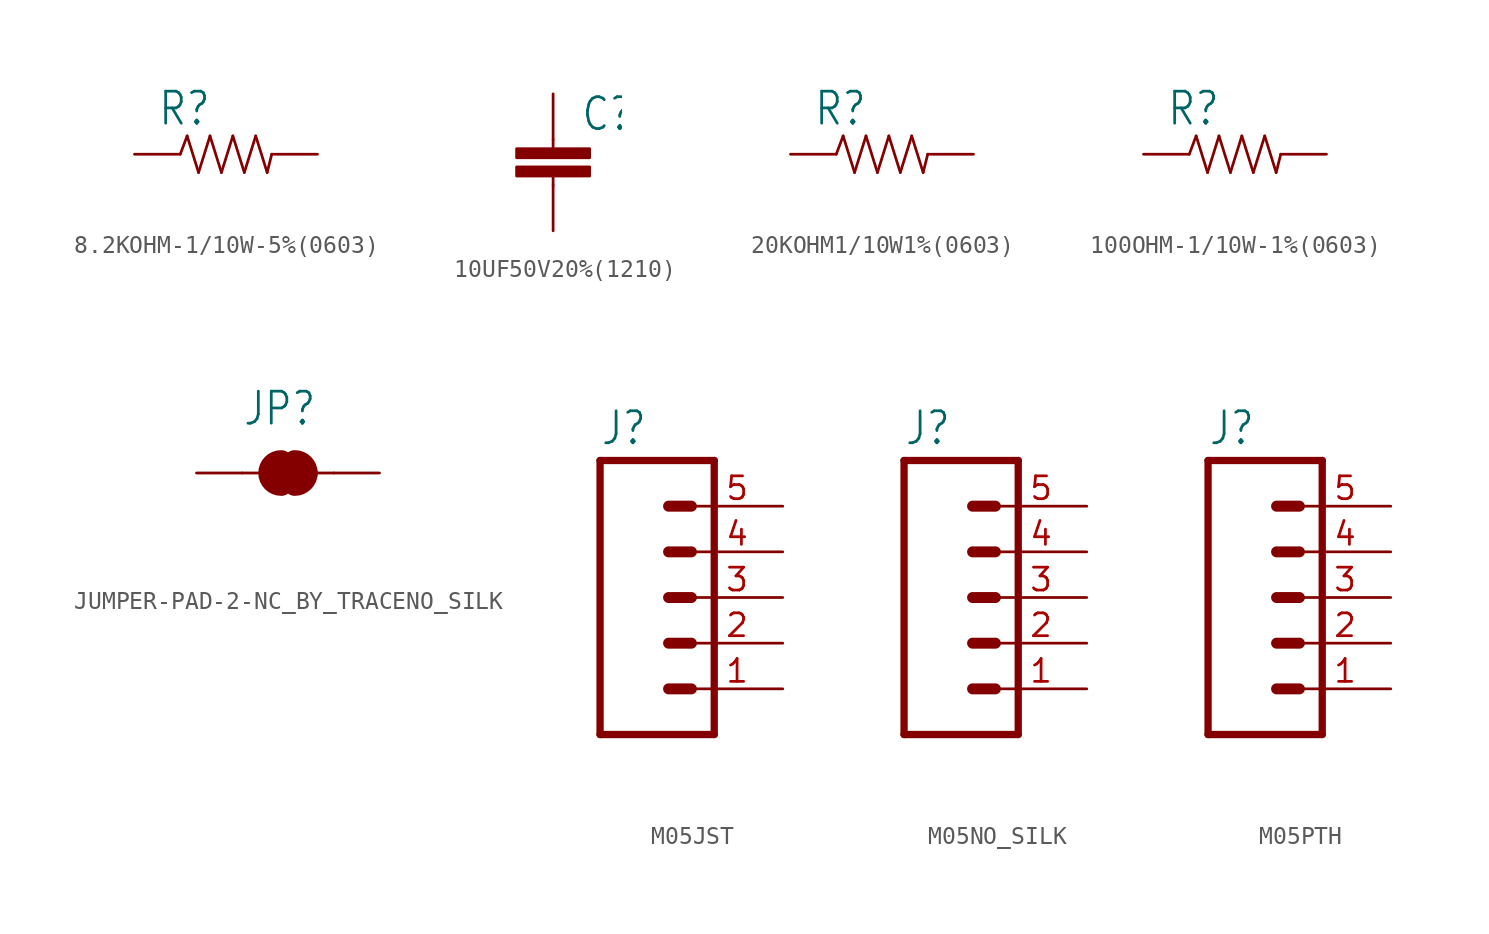
<source format=kicad_sym>
(kicad_symbol_lib
  (version 20220914)
  (generator kicad_symbol_editor)
  (symbol "8.2KOHM-1/10W-5%(0603)"
    (property "Reference" "R"
      (at -3.81 1.499 0)
      (effects (font (size 1.778 1.511)) (justify left bottom)))
    (property "Value" ""
      (at -3.81 -3.302 0)
      (effects (font (size 1.778 1.511)) (justify left bottom)))
    (property "ki_locked" ""
      (at 0 0 0)
      (effects (font (size 1.27 1.27))))
    (symbol "8.2KOHM-1/10W-5%(0603)_1_0"
      (polyline (pts (xy -2.54 0) (xy -2.159 1.016)) (stroke (width 0.152) (type solid)) (fill (type none)))
      (polyline (pts (xy -2.159 1.016) (xy -1.524 -1.016)) (stroke (width 0.152) (type solid)) (fill (type none)))
      (polyline (pts (xy -1.524 -1.016) (xy -0.889 1.016)) (stroke (width 0.152) (type solid)) (fill (type none)))
      (polyline (pts (xy -0.889 1.016) (xy -0.254 -1.016)) (stroke (width 0.152) (type solid)) (fill (type none)))
      (polyline (pts (xy -0.254 -1.016) (xy 0.381 1.016)) (stroke (width 0.152) (type solid)) (fill (type none)))
      (polyline (pts (xy 0.381 1.016) (xy 1.016 -1.016)) (stroke (width 0.152) (type solid)) (fill (type none)))
      (polyline (pts (xy 1.016 -1.016) (xy 1.651 1.016)) (stroke (width 0.152) (type solid)) (fill (type none)))
      (polyline (pts (xy 1.651 1.016) (xy 2.286 -1.016)) (stroke (width 0.152) (type solid)) (fill (type none)))
      (polyline (pts (xy 2.286 -1.016) (xy 2.54 0)) (stroke (width 0.152) (type solid)) (fill (type none)))
      (pin passive line (at -5.08 0 0) (length 2.54) (name "1" (effects (font (size 0 0)))) (number "1" (effects (font (size 0 0)))))
      (pin passive line (at 5.08 0 180) (length 2.54) (name "2" (effects (font (size 0 0)))) (number "2" (effects (font (size 0 0)))))))
  (symbol "10UF50V20%(1210)"
    (property "Reference" "C"
      (at 1.524 2.921 0)
      (effects (font (size 1.778 1.511)) (justify left bottom)))
    (property "Value" ""
      (at 1.524 -2.159 0)
      (effects (font (size 1.778 1.511)) (justify left bottom)))
    (property "ki_locked" ""
      (at 0 0 0)
      (effects (font (size 1.27 1.27))))
    (symbol "10UF50V20%(1210)_1_0"
      (rectangle (start -2.032 0.508) (end 2.032 1.016) (stroke (width 0) (type default)) (fill (type outline)))
      (rectangle (start -2.032 1.524) (end 2.032 2.032) (stroke (width 0) (type default)) (fill (type outline)))
      (polyline (pts (xy 0 0) (xy 0 0.508)) (stroke (width 0.152) (type solid)) (fill (type none)))
      (polyline (pts (xy 0 2.54) (xy 0 2.032)) (stroke (width 0.152) (type solid)) (fill (type none)))
      (pin passive line (at 0 5.08 270) (length 2.54) (name "1" (effects (font (size 0 0)))) (number "1" (effects (font (size 0 0)))))
      (pin passive line (at 0 -2.54 90) (length 2.54) (name "2" (effects (font (size 0 0)))) (number "2" (effects (font (size 0 0)))))))
  (symbol "20KOHM1/10W1%(0603)"
    (property "Reference" "R"
      (at -3.81 1.499 0)
      (effects (font (size 1.778 1.511)) (justify left bottom)))
    (property "Value" ""
      (at -3.81 -3.302 0)
      (effects (font (size 1.778 1.511)) (justify left bottom)))
    (property "ki_locked" ""
      (at 0 0 0)
      (effects (font (size 1.27 1.27))))
    (symbol "20KOHM1/10W1%(0603)_1_0"
      (polyline (pts (xy -2.54 0) (xy -2.159 1.016)) (stroke (width 0.152) (type solid)) (fill (type none)))
      (polyline (pts (xy -2.159 1.016) (xy -1.524 -1.016)) (stroke (width 0.152) (type solid)) (fill (type none)))
      (polyline (pts (xy -1.524 -1.016) (xy -0.889 1.016)) (stroke (width 0.152) (type solid)) (fill (type none)))
      (polyline (pts (xy -0.889 1.016) (xy -0.254 -1.016)) (stroke (width 0.152) (type solid)) (fill (type none)))
      (polyline (pts (xy -0.254 -1.016) (xy 0.381 1.016)) (stroke (width 0.152) (type solid)) (fill (type none)))
      (polyline (pts (xy 0.381 1.016) (xy 1.016 -1.016)) (stroke (width 0.152) (type solid)) (fill (type none)))
      (polyline (pts (xy 1.016 -1.016) (xy 1.651 1.016)) (stroke (width 0.152) (type solid)) (fill (type none)))
      (polyline (pts (xy 1.651 1.016) (xy 2.286 -1.016)) (stroke (width 0.152) (type solid)) (fill (type none)))
      (polyline (pts (xy 2.286 -1.016) (xy 2.54 0)) (stroke (width 0.152) (type solid)) (fill (type none)))
      (pin passive line (at -5.08 0 0) (length 2.54) (name "1" (effects (font (size 0 0)))) (number "1" (effects (font (size 0 0)))))
      (pin passive line (at 5.08 0 180) (length 2.54) (name "2" (effects (font (size 0 0)))) (number "2" (effects (font (size 0 0)))))))
  (symbol "100OHM-1/10W-1%(0603)"
    (property "Reference" "R"
      (at -3.81 1.499 0)
      (effects (font (size 1.778 1.511)) (justify left bottom)))
    (property "Value" ""
      (at -3.81 -3.302 0)
      (effects (font (size 1.778 1.511)) (justify left bottom)))
    (property "ki_locked" ""
      (at 0 0 0)
      (effects (font (size 1.27 1.27))))
    (symbol "100OHM-1/10W-1%(0603)_1_0"
      (polyline (pts (xy -2.54 0) (xy -2.159 1.016)) (stroke (width 0.152) (type solid)) (fill (type none)))
      (polyline (pts (xy -2.159 1.016) (xy -1.524 -1.016)) (stroke (width 0.152) (type solid)) (fill (type none)))
      (polyline (pts (xy -1.524 -1.016) (xy -0.889 1.016)) (stroke (width 0.152) (type solid)) (fill (type none)))
      (polyline (pts (xy -0.889 1.016) (xy -0.254 -1.016)) (stroke (width 0.152) (type solid)) (fill (type none)))
      (polyline (pts (xy -0.254 -1.016) (xy 0.381 1.016)) (stroke (width 0.152) (type solid)) (fill (type none)))
      (polyline (pts (xy 0.381 1.016) (xy 1.016 -1.016)) (stroke (width 0.152) (type solid)) (fill (type none)))
      (polyline (pts (xy 1.016 -1.016) (xy 1.651 1.016)) (stroke (width 0.152) (type solid)) (fill (type none)))
      (polyline (pts (xy 1.651 1.016) (xy 2.286 -1.016)) (stroke (width 0.152) (type solid)) (fill (type none)))
      (polyline (pts (xy 2.286 -1.016) (xy 2.54 0)) (stroke (width 0.152) (type solid)) (fill (type none)))
      (pin passive line (at -5.08 0 0) (length 2.54) (name "1" (effects (font (size 0 0)))) (number "1" (effects (font (size 0 0)))))
      (pin passive line (at 5.08 0 180) (length 2.54) (name "2" (effects (font (size 0 0)))) (number "2" (effects (font (size 0 0)))))))
  (symbol "JUMPER-PAD-2-NC_BY_TRACENO_SILK"
    (property "Reference" "JP"
      (at -2.54 2.54 0)
      (effects (font (size 1.778 1.511)) (justify left bottom)))
    (property "Value" ""
      (at -2.54 -5.08 0)
      (effects (font (size 1.778 1.511)) (justify left bottom)))
    (property "ki_locked" ""
      (at 0 0 0)
      (effects (font (size 1.27 1.27))))
    (symbol "JUMPER-PAD-2-NC_BY_TRACENO_SILK_1_0"
      (arc (start -0.3808 0.635) (mid -1.0159 0.0001) (end -0.381 -0.635) (stroke (width 1.27) (type solid)) (fill (type none)))
      (polyline (pts (xy -2.54 0) (xy -1.651 0)) (stroke (width 0.152) (type solid)) (fill (type none)))
      (polyline (pts (xy -0.762 0) (xy 1.016 0)) (stroke (width 0.254) (type solid)) (fill (type none)))
      (polyline (pts (xy 2.54 0) (xy 1.651 0)) (stroke (width 0.152) (type solid)) (fill (type none)))
      (arc (start 0.3809 -0.6351) (mid 0.83 -0.4491) (end 1.016 0) (stroke (width 1.27) (type solid)) (fill (type none)))
      (arc (start 1.0159 -0.0001) (mid 0.83 0.4489) (end 0.381 0.635) (stroke (width 1.27) (type solid)) (fill (type none)))
      (pin passive line (at -5.08 0 0) (length 2.54) (name "1" (effects (font (size 0 0)))) (number "1" (effects (font (size 0 0)))))
      (pin passive line (at 5.08 0 180) (length 2.54) (name "2" (effects (font (size 0 0)))) (number "2" (effects (font (size 0 0)))))))
  (symbol "M05JST"
    (property "Reference" "J"
      (at -2.54 8.382 0)
      (effects (font (size 1.778 1.511)) (justify left bottom)))
    (property "Value" ""
      (at -2.54 -10.16 0)
      (effects (font (size 1.778 1.511)) (justify left bottom)))
    (property "ki_locked" ""
      (at 0 0 0)
      (effects (font (size 1.27 1.27))))
    (symbol "M05JST_1_0"
      (polyline (pts (xy -2.54 7.62) (xy -2.54 -7.62)) (stroke (width 0.406) (type solid)) (fill (type none)))
      (polyline (pts (xy -2.54 7.62) (xy 3.81 7.62)) (stroke (width 0.406) (type solid)) (fill (type none)))
      (polyline (pts (xy 1.27 -5.08) (xy 2.54 -5.08)) (stroke (width 0.61) (type solid)) (fill (type none)))
      (polyline (pts (xy 1.27 -2.54) (xy 2.54 -2.54)) (stroke (width 0.61) (type solid)) (fill (type none)))
      (polyline (pts (xy 1.27 0) (xy 2.54 0)) (stroke (width 0.61) (type solid)) (fill (type none)))
      (polyline (pts (xy 1.27 2.54) (xy 2.54 2.54)) (stroke (width 0.61) (type solid)) (fill (type none)))
      (polyline (pts (xy 1.27 5.08) (xy 2.54 5.08)) (stroke (width 0.61) (type solid)) (fill (type none)))
      (polyline (pts (xy 3.81 -7.62) (xy -2.54 -7.62)) (stroke (width 0.406) (type solid)) (fill (type none)))
      (polyline (pts (xy 3.81 -7.62) (xy 3.81 7.62)) (stroke (width 0.406) (type solid)) (fill (type none)))
      (pin passive line (at 7.62 -5.08 180) (length 5.08) (name "1" (effects (font (size 0 0)))) (number "1" (effects (font (size 1.27 1.27)))))
      (pin passive line (at 7.62 -2.54 180) (length 5.08) (name "2" (effects (font (size 0 0)))) (number "2" (effects (font (size 1.27 1.27)))))
      (pin passive line (at 7.62 0 180) (length 5.08) (name "3" (effects (font (size 0 0)))) (number "3" (effects (font (size 1.27 1.27)))))
      (pin passive line (at 7.62 2.54 180) (length 5.08) (name "4" (effects (font (size 0 0)))) (number "4" (effects (font (size 1.27 1.27)))))
      (pin passive line (at 7.62 5.08 180) (length 5.08) (name "5" (effects (font (size 0 0)))) (number "5" (effects (font (size 1.27 1.27)))))))
  (symbol "M05NO_SILK"
    (property "Reference" "J"
      (at -2.54 8.382 0)
      (effects (font (size 1.778 1.511)) (justify left bottom)))
    (property "Value" ""
      (at -2.54 -10.16 0)
      (effects (font (size 1.778 1.511)) (justify left bottom)))
    (property "ki_locked" ""
      (at 0 0 0)
      (effects (font (size 1.27 1.27))))
    (symbol "M05NO_SILK_1_0"
      (polyline (pts (xy -2.54 7.62) (xy -2.54 -7.62)) (stroke (width 0.406) (type solid)) (fill (type none)))
      (polyline (pts (xy -2.54 7.62) (xy 3.81 7.62)) (stroke (width 0.406) (type solid)) (fill (type none)))
      (polyline (pts (xy 1.27 -5.08) (xy 2.54 -5.08)) (stroke (width 0.61) (type solid)) (fill (type none)))
      (polyline (pts (xy 1.27 -2.54) (xy 2.54 -2.54)) (stroke (width 0.61) (type solid)) (fill (type none)))
      (polyline (pts (xy 1.27 0) (xy 2.54 0)) (stroke (width 0.61) (type solid)) (fill (type none)))
      (polyline (pts (xy 1.27 2.54) (xy 2.54 2.54)) (stroke (width 0.61) (type solid)) (fill (type none)))
      (polyline (pts (xy 1.27 5.08) (xy 2.54 5.08)) (stroke (width 0.61) (type solid)) (fill (type none)))
      (polyline (pts (xy 3.81 -7.62) (xy -2.54 -7.62)) (stroke (width 0.406) (type solid)) (fill (type none)))
      (polyline (pts (xy 3.81 -7.62) (xy 3.81 7.62)) (stroke (width 0.406) (type solid)) (fill (type none)))
      (pin passive line (at 7.62 -5.08 180) (length 5.08) (name "1" (effects (font (size 0 0)))) (number "1" (effects (font (size 1.27 1.27)))))
      (pin passive line (at 7.62 -2.54 180) (length 5.08) (name "2" (effects (font (size 0 0)))) (number "2" (effects (font (size 1.27 1.27)))))
      (pin passive line (at 7.62 0 180) (length 5.08) (name "3" (effects (font (size 0 0)))) (number "3" (effects (font (size 1.27 1.27)))))
      (pin passive line (at 7.62 2.54 180) (length 5.08) (name "4" (effects (font (size 0 0)))) (number "4" (effects (font (size 1.27 1.27)))))
      (pin passive line (at 7.62 5.08 180) (length 5.08) (name "5" (effects (font (size 0 0)))) (number "5" (effects (font (size 1.27 1.27)))))))
  (symbol "M05PTH"
    (property "Reference" "J"
      (at -2.54 8.382 0)
      (effects (font (size 1.778 1.511)) (justify left bottom)))
    (property "Value" ""
      (at -2.54 -10.16 0)
      (effects (font (size 1.778 1.511)) (justify left bottom)))
    (property "ki_locked" ""
      (at 0 0 0)
      (effects (font (size 1.27 1.27))))
    (symbol "M05PTH_1_0"
      (polyline (pts (xy -2.54 7.62) (xy -2.54 -7.62)) (stroke (width 0.406) (type solid)) (fill (type none)))
      (polyline (pts (xy -2.54 7.62) (xy 3.81 7.62)) (stroke (width 0.406) (type solid)) (fill (type none)))
      (polyline (pts (xy 1.27 -5.08) (xy 2.54 -5.08)) (stroke (width 0.61) (type solid)) (fill (type none)))
      (polyline (pts (xy 1.27 -2.54) (xy 2.54 -2.54)) (stroke (width 0.61) (type solid)) (fill (type none)))
      (polyline (pts (xy 1.27 0) (xy 2.54 0)) (stroke (width 0.61) (type solid)) (fill (type none)))
      (polyline (pts (xy 1.27 2.54) (xy 2.54 2.54)) (stroke (width 0.61) (type solid)) (fill (type none)))
      (polyline (pts (xy 1.27 5.08) (xy 2.54 5.08)) (stroke (width 0.61) (type solid)) (fill (type none)))
      (polyline (pts (xy 3.81 -7.62) (xy -2.54 -7.62)) (stroke (width 0.406) (type solid)) (fill (type none)))
      (polyline (pts (xy 3.81 -7.62) (xy 3.81 7.62)) (stroke (width 0.406) (type solid)) (fill (type none)))
      (pin passive line (at 7.62 -5.08 180) (length 5.08) (name "1" (effects (font (size 0 0)))) (number "1" (effects (font (size 1.27 1.27)))))
      (pin passive line (at 7.62 -2.54 180) (length 5.08) (name "2" (effects (font (size 0 0)))) (number "2" (effects (font (size 1.27 1.27)))))
      (pin passive line (at 7.62 0 180) (length 5.08) (name "3" (effects (font (size 0 0)))) (number "3" (effects (font (size 1.27 1.27)))))
      (pin passive line (at 7.62 2.54 180) (length 5.08) (name "4" (effects (font (size 0 0)))) (number "4" (effects (font (size 1.27 1.27)))))
      (pin passive line (at 7.62 5.08 180) (length 5.08) (name "5" (effects (font (size 0 0)))) (number "5" (effects (font (size 1.27 1.27))))))))
</source>
